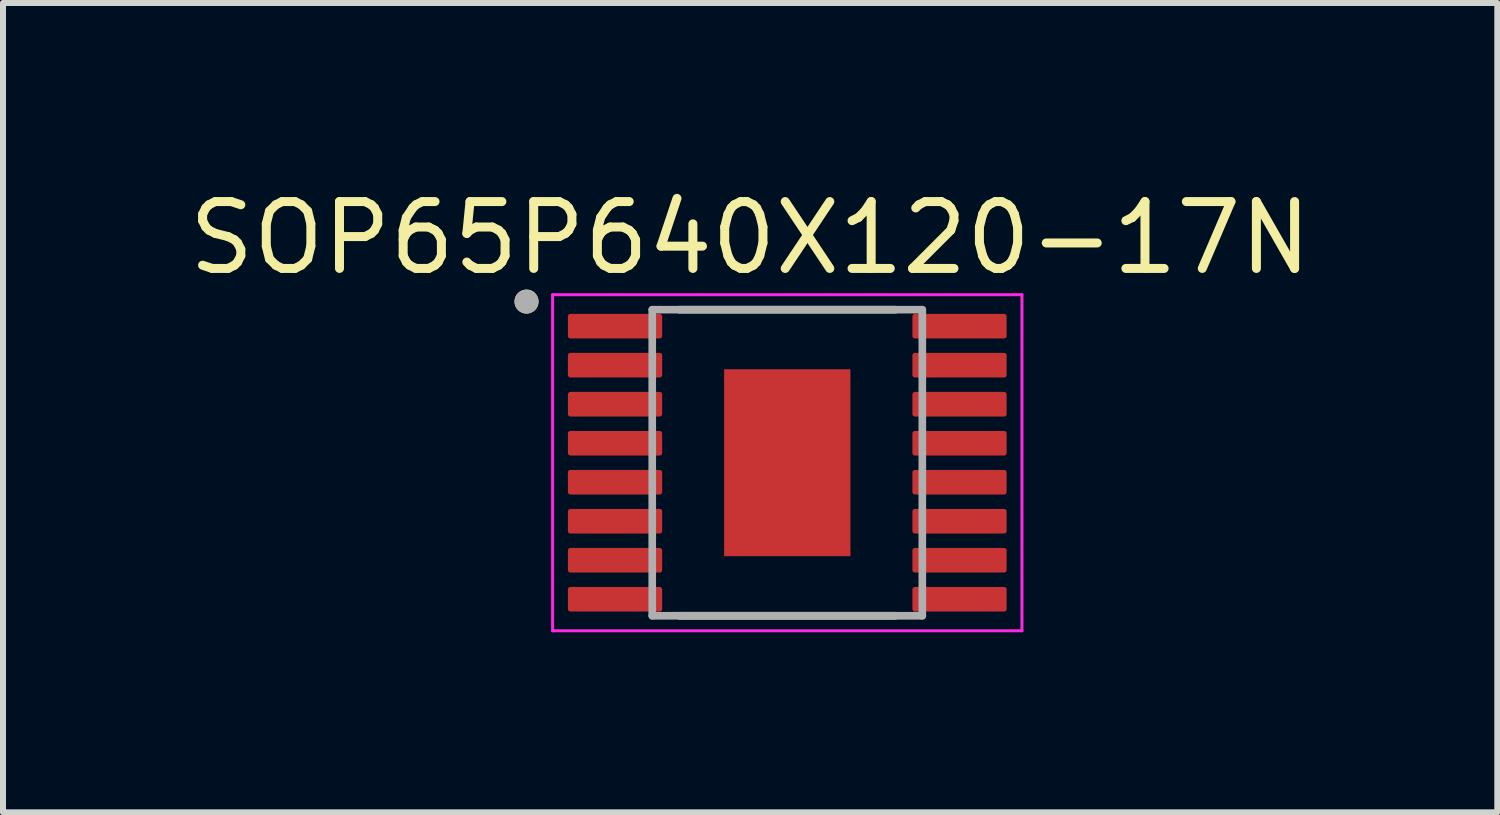
<source format=kicad_pcb>
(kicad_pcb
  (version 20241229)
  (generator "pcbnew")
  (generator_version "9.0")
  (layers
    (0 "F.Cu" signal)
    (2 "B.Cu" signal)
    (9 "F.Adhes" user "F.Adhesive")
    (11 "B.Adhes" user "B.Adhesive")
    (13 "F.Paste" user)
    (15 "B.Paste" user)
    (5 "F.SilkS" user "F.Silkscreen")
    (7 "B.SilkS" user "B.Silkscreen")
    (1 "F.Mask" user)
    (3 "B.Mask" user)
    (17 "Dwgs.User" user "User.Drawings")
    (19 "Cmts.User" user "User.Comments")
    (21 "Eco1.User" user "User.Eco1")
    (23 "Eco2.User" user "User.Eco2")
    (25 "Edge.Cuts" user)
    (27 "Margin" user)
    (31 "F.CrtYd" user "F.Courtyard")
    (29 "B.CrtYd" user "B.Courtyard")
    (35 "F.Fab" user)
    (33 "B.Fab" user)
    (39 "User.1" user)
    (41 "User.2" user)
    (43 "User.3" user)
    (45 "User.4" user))
  (footprint "SOP65P640X120-17N"
    (layer "F.Cu")
    (at 10.068 4.66)
    (property "Reference" "SOP65P640X120-17N" (at -0.618 -3.745 0) (layer "F.SilkS") (effects (font (size 1.114 1.114) (thickness 0.15))))
    (attr smd)
    (fp_line (start -1.8 -2.55) (end 1.8 -2.55) (stroke (width 0.127) (type solid)) (layer "F.SilkS"))
    (fp_line (start -1.8 2.55) (end 1.8 2.55) (stroke (width 0.127) (type solid)) (layer "F.SilkS"))
    (fp_circle (center -4.345 -2.685) (end -4.145 -2.685) (stroke (width 0) (type solid)) (fill yes) (layer "F.SilkS"))
    (fp_poly (pts (xy -0.696 -0.985) (xy 0.665 -0.985) (xy 0.665 1.031) (xy -0.696 1.031)) (stroke (width 0.01) (type solid)) (fill yes) (layer "F.Paste"))
    (fp_line (start -3.91 -2.8) (end -3.91 2.8) (stroke (width 0.05) (type solid)) (layer "F.CrtYd"))
    (fp_line (start -3.91 -2.8) (end 3.91 -2.8) (stroke (width 0.05) (type solid)) (layer "F.CrtYd"))
    (fp_line (start -3.91 2.8) (end 3.91 2.8) (stroke (width 0.05) (type solid)) (layer "F.CrtYd"))
    (fp_line (start 3.91 -2.8) (end 3.91 2.8) (stroke (width 0.05) (type solid)) (layer "F.CrtYd"))
    (fp_line (start -2.25 -2.55) (end -2.25 2.55) (stroke (width 0.127) (type solid)) (layer "F.Fab"))
    (fp_line (start -2.25 -2.55) (end 2.25 -2.55) (stroke (width 0.127) (type solid)) (layer "F.Fab"))
    (fp_line (start -2.25 2.55) (end 2.25 2.55) (stroke (width 0.127) (type solid)) (layer "F.Fab"))
    (fp_line (start 2.25 -2.55) (end 2.25 2.55) (stroke (width 0.127) (type solid)) (layer "F.Fab"))
    (fp_circle (center -4.345 -2.685) (end -4.145 -2.685) (stroke (width 0) (type solid)) (fill yes) (layer "F.Fab"))
    (pad "1" smd roundrect (at -2.87 -2.275) (size 1.57 0.41) (layers "F.Cu" "F.Mask" "F.Paste") (roundrect_rratio 0.1))
    (pad "2" smd roundrect (at -2.87 -1.625) (size 1.57 0.41) (layers "F.Cu" "F.Mask" "F.Paste") (roundrect_rratio 0.1))
    (pad "3" smd roundrect (at -2.87 -0.975) (size 1.57 0.41) (layers "F.Cu" "F.Mask" "F.Paste") (roundrect_rratio 0.1))
    (pad "4" smd roundrect (at -2.87 -0.325) (size 1.57 0.41) (layers "F.Cu" "F.Mask" "F.Paste") (roundrect_rratio 0.1))
    (pad "5" smd roundrect (at -2.87 0.325) (size 1.57 0.41) (layers "F.Cu" "F.Mask" "F.Paste") (roundrect_rratio 0.1))
    (pad "6" smd roundrect (at -2.87 0.975) (size 1.57 0.41) (layers "F.Cu" "F.Mask" "F.Paste") (roundrect_rratio 0.1))
    (pad "7" smd roundrect (at -2.87 1.625) (size 1.57 0.41) (layers "F.Cu" "F.Mask" "F.Paste") (roundrect_rratio 0.1))
    (pad "8" smd roundrect (at -2.87 2.275) (size 1.57 0.41) (layers "F.Cu" "F.Mask" "F.Paste") (roundrect_rratio 0.1))
    (pad "9" smd roundrect (at 2.87 2.275) (size 1.57 0.41) (layers "F.Cu" "F.Mask" "F.Paste") (roundrect_rratio 0.1))
    (pad "10" smd roundrect (at 2.87 1.625) (size 1.57 0.41) (layers "F.Cu" "F.Mask" "F.Paste") (roundrect_rratio 0.1))
    (pad "11" smd roundrect (at 2.87 0.975) (size 1.57 0.41) (layers "F.Cu" "F.Mask" "F.Paste") (roundrect_rratio 0.1))
    (pad "12" smd roundrect (at 2.87 0.325) (size 1.57 0.41) (layers "F.Cu" "F.Mask" "F.Paste") (roundrect_rratio 0.1))
    (pad "13" smd roundrect (at 2.87 -0.325) (size 1.57 0.41) (layers "F.Cu" "F.Mask" "F.Paste") (roundrect_rratio 0.1))
    (pad "14" smd roundrect (at 2.87 -0.975) (size 1.57 0.41) (layers "F.Cu" "F.Mask" "F.Paste") (roundrect_rratio 0.1))
    (pad "15" smd roundrect (at 2.87 -1.625) (size 1.57 0.41) (layers "F.Cu" "F.Mask" "F.Paste") (roundrect_rratio 0.1))
    (pad "16" smd roundrect (at 2.87 -2.275) (size 1.57 0.41) (layers "F.Cu" "F.Mask" "F.Paste") (roundrect_rratio 0.1))
    (pad "17" smd rect (at 0 0) (size 2.105 3.115) (layers "F.Cu" "F.Mask")))
  (gr_rect
    (start -3 -3)
    (end 21.899 10.485)
    (stroke (width 0.1) (type default))
    (fill no)
    (layer "Edge.Cuts")))
</source>
